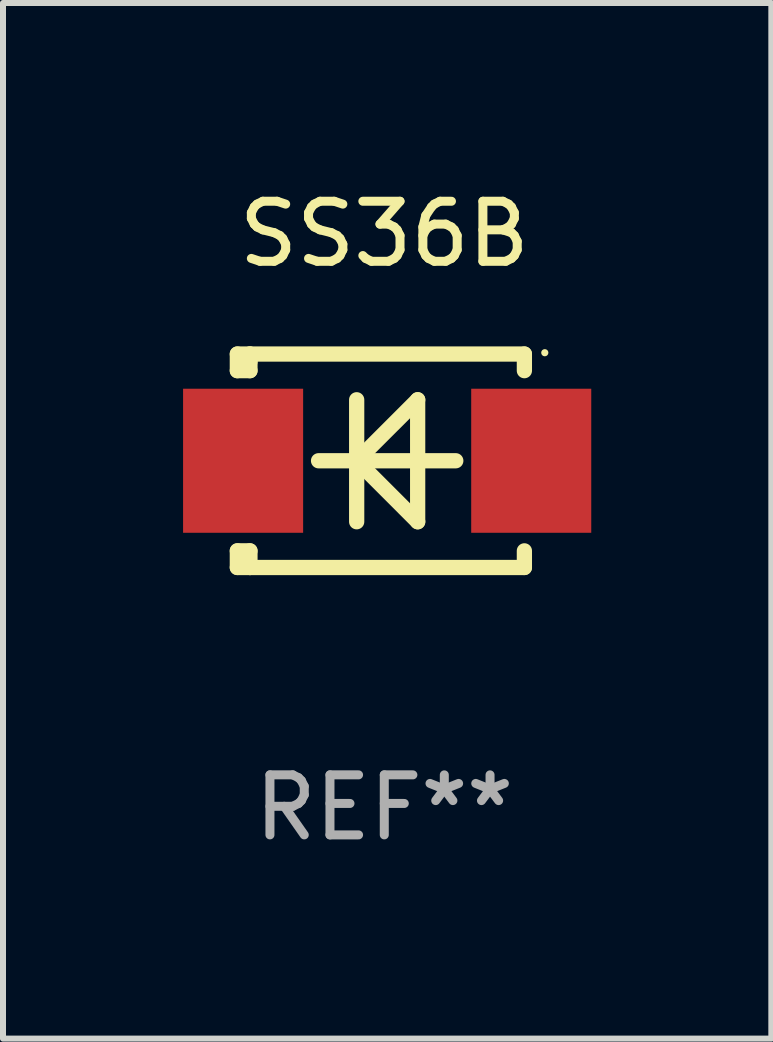
<source format=kicad_pcb>
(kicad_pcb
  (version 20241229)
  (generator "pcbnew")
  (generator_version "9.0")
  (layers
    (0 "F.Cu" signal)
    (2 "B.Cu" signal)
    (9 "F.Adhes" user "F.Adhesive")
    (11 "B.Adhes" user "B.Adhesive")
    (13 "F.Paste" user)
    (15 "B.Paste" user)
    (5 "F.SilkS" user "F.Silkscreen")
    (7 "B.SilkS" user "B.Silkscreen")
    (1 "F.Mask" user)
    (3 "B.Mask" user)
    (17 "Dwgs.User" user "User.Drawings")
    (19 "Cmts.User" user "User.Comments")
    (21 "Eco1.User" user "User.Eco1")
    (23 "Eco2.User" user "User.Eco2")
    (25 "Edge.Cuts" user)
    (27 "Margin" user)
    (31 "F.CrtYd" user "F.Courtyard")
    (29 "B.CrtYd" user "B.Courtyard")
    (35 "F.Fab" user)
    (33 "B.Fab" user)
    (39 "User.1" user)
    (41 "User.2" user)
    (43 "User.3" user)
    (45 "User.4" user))
  (footprint "SS36B"
    (layer "F.Cu")
    (at 3.352 4.626)
    (property "Reference" "SS36B" (at 0 -3.778 0) (layer "F.SilkS") (effects (font (size 1 1) (thickness 0.15))))
    (attr through_hole)
    (fp_line (start -2.448 1.501) (end -2.448 1.778) (stroke (width 0.254) (type solid)) (layer "F.SilkS"))
    (fp_line (start -2.448 1.778) (end -2.237 1.778) (stroke (width 0.254) (type solid)) (layer "F.SilkS"))
    (fp_line (start -2.448 -1.778) (end -2.448 -1.501) (stroke (width 0.254) (type solid)) (layer "F.SilkS"))
    (fp_line (start -2.448 -1.501) (end -2.238 -1.501) (stroke (width 0.254) (type solid)) (layer "F.SilkS"))
    (fp_line (start -2.448 1.501) (end -2.238 1.501) (stroke (width 0.254) (type solid)) (layer "F.SilkS"))
    (fp_line (start -2.238 -1.778) (end -2.448 -1.778) (stroke (width 0.254) (type solid)) (layer "F.SilkS"))
    (fp_line (start -2.238 -1.778) (end 2.334 -1.778) (stroke (width 0.254) (type solid)) (layer "F.SilkS"))
    (fp_line (start -2.238 -1.651) (end -2.238 -1.778) (stroke (width 0.254) (type solid)) (layer "F.SilkS"))
    (fp_line (start -2.238 -1.501) (end -2.238 -1.651) (stroke (width 0.254) (type solid)) (layer "F.SilkS"))
    (fp_line (start -2.238 1.778) (end -2.238 1.501) (stroke (width 0.254) (type solid)) (layer "F.SilkS"))
    (fp_line (start -1.095 0) (end 1.191 0) (stroke (width 0.254) (type solid)) (layer "F.SilkS"))
    (fp_line (start -0.46 -1.016) (end -0.46 1.016) (stroke (width 0.254) (type solid)) (layer "F.SilkS"))
    (fp_line (start -0.459 -0.000178) (end 0.557 1.016) (stroke (width 0.254) (type solid)) (layer "F.SilkS"))
    (fp_line (start 0.556 -1.016) (end 0.556 1.016) (stroke (width 0.254) (type solid)) (layer "F.SilkS"))
    (fp_line (start 0.557 -1.016) (end -0.459 -0.000178) (stroke (width 0.254) (type solid)) (layer "F.SilkS"))
    (fp_line (start 2.334 -1.778) (end 2.334 -1.501) (stroke (width 0.254) (type solid)) (layer "F.SilkS"))
    (fp_line (start 2.334 1.501) (end 2.334 1.778) (stroke (width 0.254) (type solid)) (layer "F.SilkS"))
    (fp_line (start 2.334 1.778) (end -2.238 1.778) (stroke (width 0.254) (type solid)) (layer "F.SilkS"))
    (fp_circle (center 2.674 -1.8) (end 2.704 -1.8) (stroke (width 0.06) (type solid)) (fill no) (layer "F.SilkS"))
    (fp_text user "REF**" (at 0 5.778 0) (layer "F.Fab") (effects (font (size 1 1) (thickness 0.15))))
    (pad "1" smd rect (at 2.448 -0.000025) (size 2 2.4) (layers "F.Cu" "F.Mask" "F.Paste"))
    (pad "2" smd rect (at -2.352 -0.000025) (size 2 2.4) (layers "F.Cu" "F.Mask" "F.Paste")))
  (gr_rect
    (start -3 -3)
    (end 9.8 14.253)
    (stroke (width 0.1) (type default))
    (fill no)
    (layer "Edge.Cuts")))
</source>
